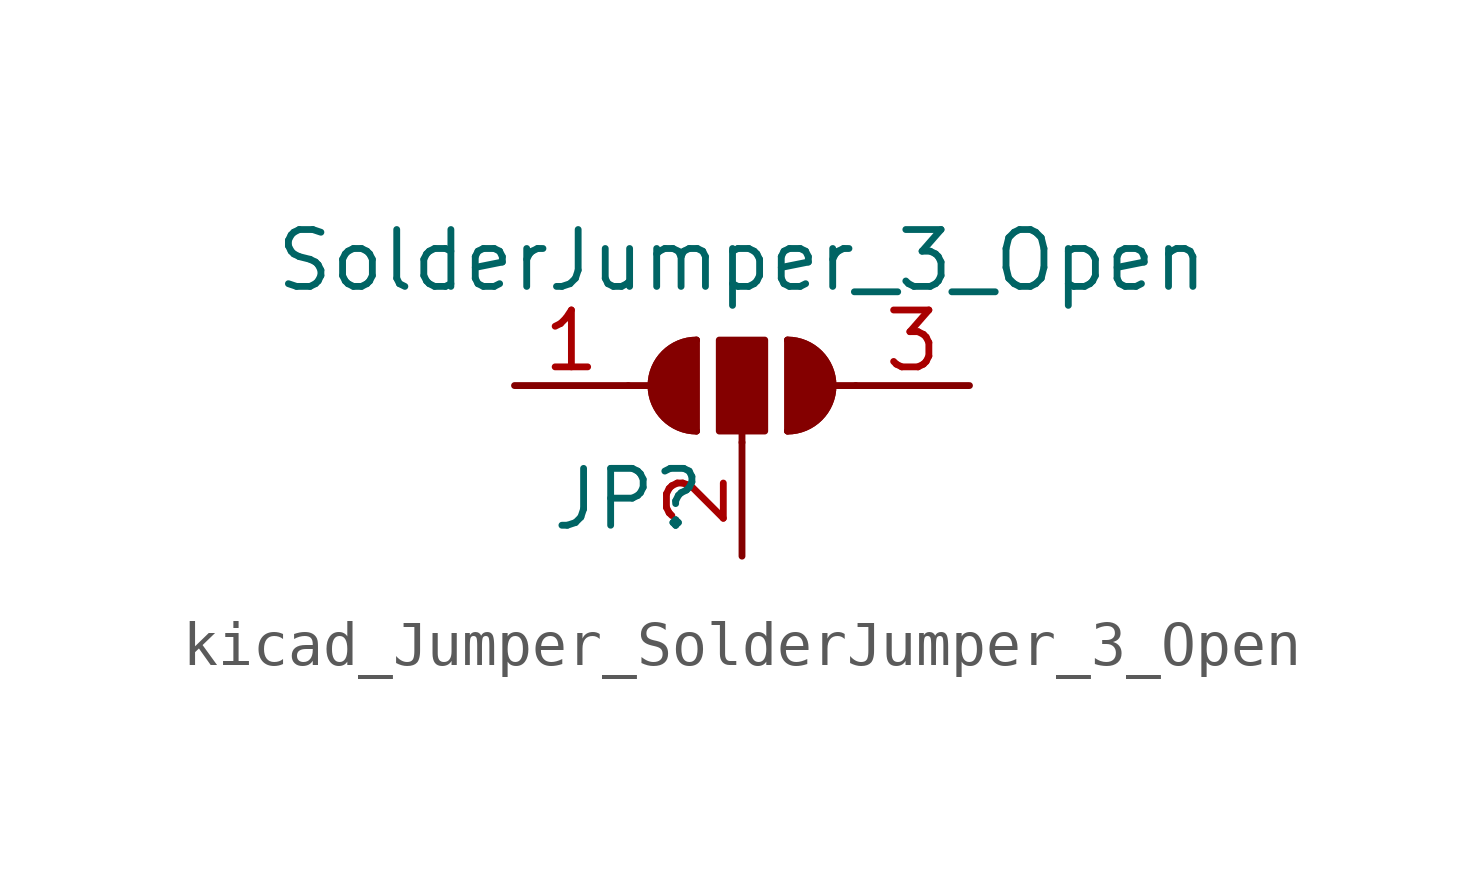
<source format=kicad_sym>
(kicad_symbol_lib
  (version 20220914)
  (generator kicad_symbol_editor)
  (symbol "kicad_Jumper_SolderJumper_3_Open"
    (pin_names
      (offset 0) hide)
    (property "Reference" "JP"
      (at -2.54 -2.54 0)
      (effects (font (size 1.27 1.27))))
    (property "Value" "SolderJumper_3_Open"
      (at 0 2.794 0)
      (effects (font (size 1.27 1.27))))
    (symbol "kicad_Jumper_SolderJumper_3_Open_0_1"
      (arc (start -1.016 1.016) (mid -2.0276 0) (end -1.016 -1.016) (stroke (width 0) (type default)) (fill (type none)))
      (arc (start -1.016 1.016) (mid -2.0276 0) (end -1.016 -1.016) (stroke (width 0) (type default)) (fill (type outline)))
      (rectangle (start -0.508 1.016) (end 0.508 -1.016) (stroke (width 0) (type default)) (fill (type outline)))
      (polyline (pts (xy -2.54 0) (xy -2.032 0)) (stroke (width 0) (type default)) (fill (type none)))
      (polyline (pts (xy -1.016 1.016) (xy -1.016 -1.016)) (stroke (width 0) (type default)) (fill (type none)))
      (polyline (pts (xy 0 -1.27) (xy 0 -1.016)) (stroke (width 0) (type default)) (fill (type none)))
      (polyline (pts (xy 1.016 1.016) (xy 1.016 -1.016)) (stroke (width 0) (type default)) (fill (type none)))
      (polyline (pts (xy 2.54 0) (xy 2.032 0)) (stroke (width 0) (type default)) (fill (type none)))
      (arc (start 1.016 -1.016) (mid 2.0276 0) (end 1.016 1.016) (stroke (width 0) (type default)) (fill (type none)))
      (arc (start 1.016 -1.016) (mid 2.0276 0) (end 1.016 1.016) (stroke (width 0) (type default)) (fill (type outline))))
    (symbol "kicad_Jumper_SolderJumper_3_Open_1_1"
      (pin passive line (at -5.08 0 0) (length 2.54) (name "A" (effects (font (size 1.27 1.27)))) (number "1" (effects (font (size 1.27 1.27)))))
      (pin passive line (at 0 -3.81 90) (length 2.54) (name "C" (effects (font (size 1.27 1.27)))) (number "2" (effects (font (size 1.27 1.27)))))
      (pin passive line (at 5.08 0 180) (length 2.54) (name "B" (effects (font (size 1.27 1.27)))) (number "3" (effects (font (size 1.27 1.27))))))))
</source>
